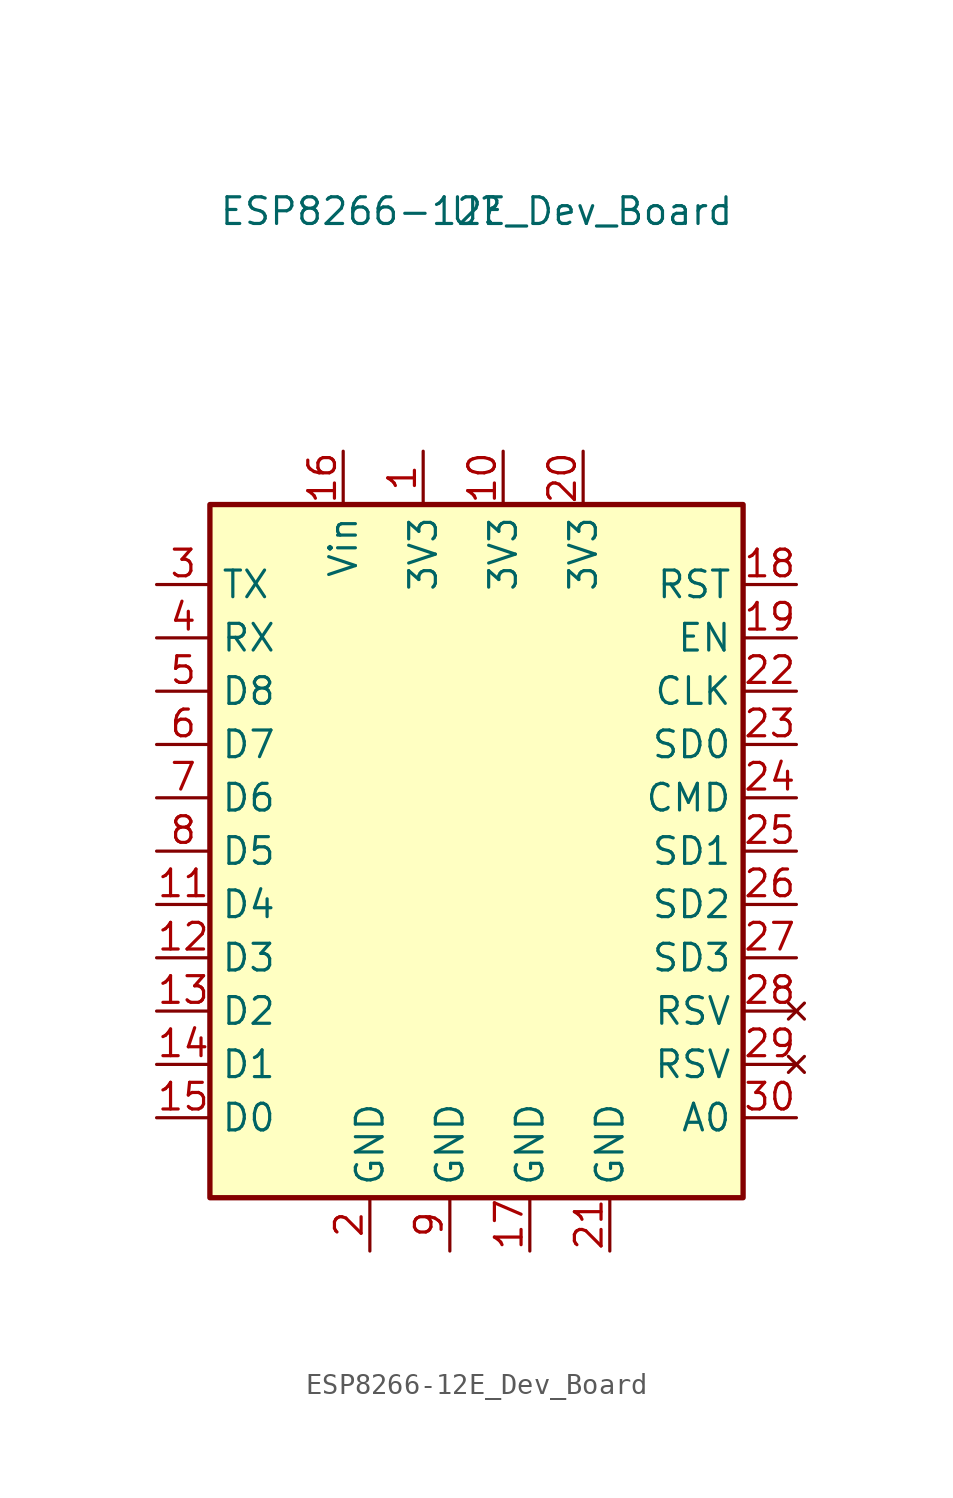
<source format=kicad_sym>
(kicad_symbol_lib
  (version 20211014)
  (generator kicad_symbol_editor)
  (symbol "ESP8266-12E_Dev_Board"
    (property "Reference" "U"
      (at 0 0 0)
      (effects (font (size 1.27 1.27))))
    (property "Value" "ESP8266-12E_Dev_Board"
      (at 0 0 0)
      (effects (font (size 1.27 1.27))))
    (symbol "ESP8266-12E_Dev_Board_0_1"
      (rectangle (start -12.7 -13.97) (end 12.7 -46.99) (stroke (width 0.254) (type default) (color 0 0 0 0)) (fill (type background))))
    (symbol "ESP8266-12E_Dev_Board_1_1"
      (pin power_in line (at -2.54 -11.43 270) (length 2.54) (name "3V3" (effects (font (size 1.27 1.27)))) (number "1" (effects (font (size 1.27 1.27)))))
      (pin power_in line (at 1.27 -11.43 270) (length 2.54) (name "3V3" (effects (font (size 1.27 1.27)))) (number "10" (effects (font (size 1.27 1.27)))))
      (pin bidirectional line (at -15.24 -33.02 0) (length 2.54) (name "D4" (effects (font (size 1.27 1.27)))) (number "11" (effects (font (size 1.27 1.27)))))
      (pin bidirectional line (at -15.24 -35.56 0) (length 2.54) (name "D3" (effects (font (size 1.27 1.27)))) (number "12" (effects (font (size 1.27 1.27)))))
      (pin bidirectional line (at -15.24 -38.1 0) (length 2.54) (name "D2" (effects (font (size 1.27 1.27)))) (number "13" (effects (font (size 1.27 1.27)))))
      (pin bidirectional line (at -15.24 -40.64 0) (length 2.54) (name "D1" (effects (font (size 1.27 1.27)))) (number "14" (effects (font (size 1.27 1.27)))))
      (pin bidirectional line (at -15.24 -43.18 0) (length 2.54) (name "D0" (effects (font (size 1.27 1.27)))) (number "15" (effects (font (size 1.27 1.27)))))
      (pin power_in line (at -6.35 -11.43 270) (length 2.54) (name "Vin" (effects (font (size 1.27 1.27)))) (number "16" (effects (font (size 1.27 1.27)))))
      (pin power_in line (at 2.54 -49.53 90) (length 2.54) (name "GND" (effects (font (size 1.27 1.27)))) (number "17" (effects (font (size 1.27 1.27)))))
      (pin input line (at 15.24 -17.78 180) (length 2.54) (name "RST" (effects (font (size 1.27 1.27)))) (number "18" (effects (font (size 1.27 1.27)))))
      (pin input line (at 15.24 -20.32 180) (length 2.54) (name "EN" (effects (font (size 1.27 1.27)))) (number "19" (effects (font (size 1.27 1.27)))))
      (pin power_in line (at -5.08 -49.53 90) (length 2.54) (name "GND" (effects (font (size 1.27 1.27)))) (number "2" (effects (font (size 1.27 1.27)))))
      (pin power_in line (at 5.08 -11.43 270) (length 2.54) (name "3V3" (effects (font (size 1.27 1.27)))) (number "20" (effects (font (size 1.27 1.27)))))
      (pin power_in line (at 6.35 -49.53 90) (length 2.54) (name "GND" (effects (font (size 1.27 1.27)))) (number "21" (effects (font (size 1.27 1.27)))))
      (pin bidirectional line (at 15.24 -22.86 180) (length 2.54) (name "CLK" (effects (font (size 1.27 1.27)))) (number "22" (effects (font (size 1.27 1.27)))))
      (pin bidirectional line (at 15.24 -25.4 180) (length 2.54) (name "SD0" (effects (font (size 1.27 1.27)))) (number "23" (effects (font (size 1.27 1.27)))))
      (pin input line (at 15.24 -27.94 180) (length 2.54) (name "CMD" (effects (font (size 1.27 1.27)))) (number "24" (effects (font (size 1.27 1.27)))))
      (pin bidirectional line (at 15.24 -30.48 180) (length 2.54) (name "SD1" (effects (font (size 1.27 1.27)))) (number "25" (effects (font (size 1.27 1.27)))))
      (pin bidirectional line (at 15.24 -33.02 180) (length 2.54) (name "SD2" (effects (font (size 1.27 1.27)))) (number "26" (effects (font (size 1.27 1.27)))))
      (pin bidirectional line (at 15.24 -35.56 180) (length 2.54) (name "SD3" (effects (font (size 1.27 1.27)))) (number "27" (effects (font (size 1.27 1.27)))))
      (pin no_connect line (at 15.24 -38.1 180) (length 2.54) (name "RSV" (effects (font (size 1.27 1.27)))) (number "28" (effects (font (size 1.27 1.27)))))
      (pin no_connect line (at 15.24 -40.64 180) (length 2.54) (name "RSV" (effects (font (size 1.27 1.27)))) (number "29" (effects (font (size 1.27 1.27)))))
      (pin bidirectional line (at -15.24 -17.78 0) (length 2.54) (name "TX" (effects (font (size 1.27 1.27)))) (number "3" (effects (font (size 1.27 1.27)))))
      (pin input line (at 15.24 -43.18 180) (length 2.54) (name "A0" (effects (font (size 1.27 1.27)))) (number "30" (effects (font (size 1.27 1.27)))))
      (pin bidirectional line (at -15.24 -20.32 0) (length 2.54) (name "RX" (effects (font (size 1.27 1.27)))) (number "4" (effects (font (size 1.27 1.27)))))
      (pin bidirectional line (at -15.24 -22.86 0) (length 2.54) (name "D8" (effects (font (size 1.27 1.27)))) (number "5" (effects (font (size 1.27 1.27)))))
      (pin bidirectional line (at -15.24 -25.4 0) (length 2.54) (name "D7" (effects (font (size 1.27 1.27)))) (number "6" (effects (font (size 1.27 1.27)))))
      (pin bidirectional line (at -15.24 -27.94 0) (length 2.54) (name "D6" (effects (font (size 1.27 1.27)))) (number "7" (effects (font (size 1.27 1.27)))))
      (pin bidirectional line (at -15.24 -30.48 0) (length 2.54) (name "D5" (effects (font (size 1.27 1.27)))) (number "8" (effects (font (size 1.27 1.27)))))
      (pin power_in line (at -1.27 -49.53 90) (length 2.54) (name "GND" (effects (font (size 1.27 1.27)))) (number "9" (effects (font (size 1.27 1.27))))))))
</source>
